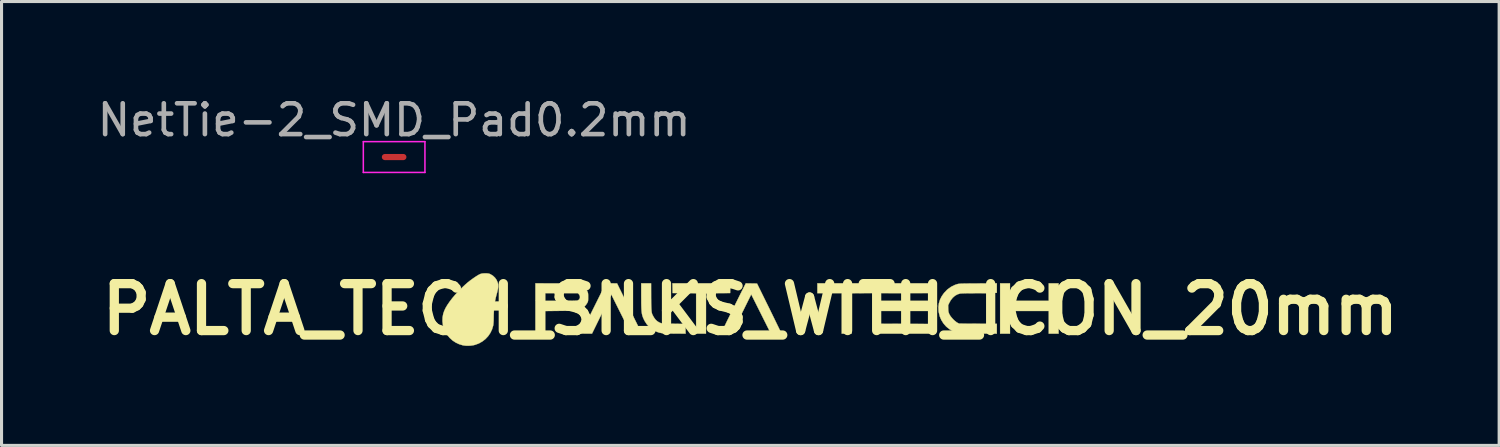
<source format=kicad_pcb>
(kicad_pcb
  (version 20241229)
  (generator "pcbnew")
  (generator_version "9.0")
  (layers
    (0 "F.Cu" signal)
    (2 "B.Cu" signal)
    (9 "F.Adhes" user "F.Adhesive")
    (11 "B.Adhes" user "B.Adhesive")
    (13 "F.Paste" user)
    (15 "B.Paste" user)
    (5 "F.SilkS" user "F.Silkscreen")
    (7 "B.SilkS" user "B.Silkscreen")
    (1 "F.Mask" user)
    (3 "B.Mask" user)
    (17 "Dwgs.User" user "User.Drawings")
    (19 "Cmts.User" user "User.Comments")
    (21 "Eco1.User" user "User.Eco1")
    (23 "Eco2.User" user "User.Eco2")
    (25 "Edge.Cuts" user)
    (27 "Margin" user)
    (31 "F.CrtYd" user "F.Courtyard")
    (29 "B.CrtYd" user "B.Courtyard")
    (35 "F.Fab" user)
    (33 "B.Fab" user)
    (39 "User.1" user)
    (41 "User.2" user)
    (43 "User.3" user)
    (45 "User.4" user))
  (footprint "PALTA_TECH_SILKS_WITH_ICON_20mm"
    (layer "F.Cu")
    (at 21.307 6.991)
    (property "Reference" "PALTA_TECH_SILKS_WITH_ICON_20mm" (at 0 0 0) (layer "F.SilkS") (effects (font (size 1.524 1.524) (thickness 0.3))))
    (attr through_hole)
    (fp_poly (pts (xy 6.006 0.053) (xy 4.171 0.053) (xy 4.171 -0.277) (xy 6.006 -0.277) (xy 6.006 0.053)) (stroke (width 0.01) (type solid)) (fill yes) (layer "F.SilkS"))
    (fp_poly (pts (xy 6.001 0.475) (xy 6.004 0.632) (xy 6.007 0.789) (xy 4.171 0.789) (xy 4.171 0.469) (xy 6.001 0.475)) (stroke (width 0.01) (type solid)) (fill yes) (layer "F.SilkS"))
    (fp_poly (pts (xy 4.07 -0.528) (xy 3.286 -0.522) (xy 3.286 0.789) (xy 2.966 0.789) (xy 2.966 -0.523) (xy 2.176 -0.523) (xy 2.176 -0.843) (xy 4.076 -0.843) (xy 4.07 -0.528)) (stroke (width 0.01) (type solid)) (fill yes) (layer "F.SilkS"))
    (fp_poly (pts (xy -0.656 -0.528) (xy -1.048 -0.525) (xy -1.44 -0.522) (xy -1.44 0.789) (xy -1.76 0.789) (xy -1.76 -0.522) (xy -2.142 -0.525) (xy -2.523 -0.528) (xy -2.529 -0.843) (xy -0.65 -0.843) (xy -0.656 -0.528)) (stroke (width 0.01) (type solid)) (fill yes) (layer "F.SilkS"))
    (fp_poly (pts (xy 8.428 -0.277) (xy 9.686 -0.277) (xy 9.686 -0.843) (xy 10.006 -0.843) (xy 10.006 0.789) (xy 9.686 0.789) (xy 9.686 0.053) (xy 8.428 0.053) (xy 8.428 0.789) (xy 8.108 0.789) (xy 8.108 -0.843) (xy 8.428 -0.843) (xy 8.428 -0.277)) (stroke (width 0.01) (type solid)) (fill yes) (layer "F.SilkS"))
    (fp_poly (pts (xy 6.001 -0.528) (xy 5.093 -0.525) (xy 4.956 -0.525) (xy 4.825 -0.525) (xy 4.701 -0.525) (xy 4.587 -0.525) (xy 4.484 -0.525) (xy 4.393 -0.526) (xy 4.316 -0.526) (xy 4.254 -0.527) (xy 4.21 -0.528) (xy 4.184 -0.529) (xy 4.178 -0.53) (xy 4.176 -0.542) (xy 4.174 -0.573) (xy 4.172 -0.616) (xy 4.171 -0.668) (xy 4.171 -0.69) (xy 4.171 -0.843) (xy 6.007 -0.843) (xy 6.001 -0.528)) (stroke (width 0.01) (type solid)) (fill yes) (layer "F.SilkS"))
    (fp_poly (pts (xy 0.034 -0.84) (xy 0.217 -0.837) (xy 0.54 -0.181) (xy 0.597 -0.066) (xy 0.653 0.048) (xy 0.707 0.158) (xy 0.758 0.262) (xy 0.804 0.358) (xy 0.846 0.444) (xy 0.882 0.518) (xy 0.911 0.577) (xy 0.932 0.621) (xy 0.938 0.632) (xy 1.012 0.789) (xy 0.667 0.789) (xy 0.029 -0.485) (xy -0.601 0.789) (xy -0.775 0.789) (xy -0.833 0.789) (xy -0.883 0.788) (xy -0.922 0.786) (xy -0.944 0.784) (xy -0.949 0.782) (xy -0.945 0.771) (xy -0.932 0.742) (xy -0.91 0.697) (xy -0.882 0.638) (xy -0.847 0.567) (xy -0.807 0.485) (xy -0.763 0.393) (xy -0.714 0.294) (xy -0.662 0.189) (xy -0.608 0.079) (xy -0.553 -0.033) (xy -0.497 -0.146) (xy -0.441 -0.259) (xy -0.386 -0.37) (xy -0.356 -0.43) (xy -0.149 -0.843) (xy 0.034 -0.84)) (stroke (width 0.01) (type solid)) (fill yes) (layer "F.SilkS"))
    (fp_poly (pts (xy -4.508 -0.843) (xy -4.326 -0.842) (xy -4.234 -0.653) (xy -4.212 -0.609) (xy -4.183 -0.549) (xy -4.146 -0.474) (xy -4.103 -0.386) (xy -4.055 -0.289) (xy -4.003 -0.184) (xy -3.949 -0.074) (xy -3.894 0.039) (xy -3.837 0.152) (xy -3.836 0.154) (xy -3.784 0.262) (xy -3.734 0.363) (xy -3.687 0.457) (xy -3.646 0.543) (xy -3.609 0.617) (xy -3.579 0.68) (xy -3.555 0.729) (xy -3.539 0.763) (xy -3.532 0.78) (xy -3.531 0.781) (xy -3.541 0.784) (xy -3.569 0.786) (xy -3.611 0.788) (xy -3.664 0.789) (xy -3.704 0.789) (xy -3.878 0.789) (xy -4.196 0.154) (xy -4.514 -0.482) (xy -4.642 -0.223) (xy -4.678 -0.15) (xy -4.722 -0.062) (xy -4.77 0.036) (xy -4.821 0.139) (xy -4.873 0.244) (xy -4.923 0.346) (xy -4.956 0.413) (xy -5.14 0.789) (xy -5.317 0.789) (xy -5.376 0.789) (xy -5.426 0.788) (xy -5.465 0.786) (xy -5.488 0.784) (xy -5.494 0.783) (xy -5.489 0.772) (xy -5.476 0.744) (xy -5.454 0.7) (xy -5.425 0.641) (xy -5.39 0.568) (xy -5.348 0.483) (xy -5.301 0.388) (xy -5.249 0.283) (xy -5.193 0.171) (xy -5.134 0.051) (xy -5.092 -0.033) (xy -4.69 -0.843) (xy -4.508 -0.843)) (stroke (width 0.01) (type solid)) (fill yes) (layer "F.SilkS"))
    (fp_poly (pts (xy -3.221 -0.493) (xy -3.221 -0.402) (xy -3.22 -0.31) (xy -3.219 -0.223) (xy -3.217 -0.143) (xy -3.215 -0.076) (xy -3.213 -0.025) (xy -3.212 -0.011) (xy -3.208 0.048) (xy -3.203 0.09) (xy -3.197 0.123) (xy -3.187 0.151) (xy -3.174 0.182) (xy -3.169 0.192) (xy -3.125 0.271) (xy -3.079 0.333) (xy -3.028 0.381) (xy -2.969 0.419) (xy -2.912 0.445) (xy -2.897 0.45) (xy -2.878 0.454) (xy -2.853 0.458) (xy -2.82 0.46) (xy -2.777 0.463) (xy -2.721 0.465) (xy -2.649 0.466) (xy -2.561 0.468) (xy -2.486 0.469) (xy -2.107 0.475) (xy -2.104 0.632) (xy -2.101 0.789) (xy -2.429 0.788) (xy -2.515 0.787) (xy -2.599 0.786) (xy -2.675 0.785) (xy -2.742 0.783) (xy -2.796 0.781) (xy -2.832 0.779) (xy -2.839 0.779) (xy -2.959 0.757) (xy -3.074 0.715) (xy -3.18 0.655) (xy -3.276 0.579) (xy -3.36 0.487) (xy -3.429 0.381) (xy -3.436 0.367) (xy -3.459 0.322) (xy -3.478 0.28) (xy -3.494 0.24) (xy -3.507 0.197) (xy -3.518 0.151) (xy -3.526 0.1) (xy -3.532 0.04) (xy -3.536 -0.031) (xy -3.539 -0.114) (xy -3.541 -0.212) (xy -3.541 -0.327) (xy -3.542 -0.44) (xy -3.542 -0.843) (xy -3.222 -0.843) (xy -3.221 -0.493)) (stroke (width 0.01) (type solid)) (fill yes) (layer "F.SilkS"))
    (fp_poly (pts (xy -8.555 -1.167) (xy -8.516 -1.164) (xy -8.486 -1.159) (xy -8.458 -1.149) (xy -8.436 -1.139) (xy -8.357 -1.091) (xy -8.289 -1.027) (xy -8.235 -0.95) (xy -8.199 -0.863) (xy -8.198 -0.86) (xy -8.186 -0.801) (xy -8.185 -0.735) (xy -8.194 -0.66) (xy -8.213 -0.572) (xy -8.228 -0.516) (xy -8.263 -0.385) (xy -8.29 -0.255) (xy -8.31 -0.122) (xy -8.323 0.019) (xy -8.33 0.172) (xy -8.332 0.293) (xy -8.333 0.369) (xy -8.337 0.438) (xy -8.342 0.494) (xy -8.347 0.525) (xy -8.384 0.65) (xy -8.439 0.765) (xy -8.511 0.871) (xy -8.598 0.964) (xy -8.699 1.043) (xy -8.81 1.106) (xy -8.931 1.151) (xy -8.995 1.167) (xy -9.074 1.178) (xy -9.16 1.183) (xy -9.246 1.18) (xy -9.322 1.17) (xy -9.33 1.168) (xy -9.454 1.131) (xy -9.568 1.077) (xy -9.671 1.008) (xy -9.761 0.926) (xy -9.839 0.832) (xy -9.902 0.729) (xy -9.95 0.619) (xy -9.981 0.503) (xy -9.995 0.383) (xy -9.991 0.261) (xy -9.968 0.139) (xy -9.938 0.053) (xy -9.895 -0.04) (xy -9.835 -0.142) (xy -9.76 -0.251) (xy -9.673 -0.365) (xy -9.575 -0.48) (xy -9.468 -0.595) (xy -9.457 -0.607) (xy -9.358 -0.706) (xy -9.267 -0.791) (xy -9.181 -0.867) (xy -9.094 -0.936) (xy -9.004 -1.001) (xy -8.968 -1.026) (xy -8.899 -1.072) (xy -8.843 -1.107) (xy -8.797 -1.132) (xy -8.756 -1.15) (xy -8.718 -1.16) (xy -8.677 -1.166) (xy -8.63 -1.168) (xy -8.609 -1.168) (xy -8.555 -1.167)) (stroke (width 0.01) (type solid)) (fill yes) (layer "F.SilkS"))
    (fp_poly (pts (xy -6.339 -0.842) (xy -6.222 -0.842) (xy -6.109 -0.842) (xy -6.003 -0.841) (xy -5.905 -0.84) (xy -5.818 -0.838) (xy -5.744 -0.837) (xy -5.685 -0.835) (xy -5.643 -0.833) (xy -5.623 -0.832) (xy -5.576 -0.823) (xy -5.53 -0.811) (xy -5.497 -0.799) (xy -5.434 -0.759) (xy -5.374 -0.705) (xy -5.324 -0.642) (xy -5.299 -0.599) (xy -5.285 -0.569) (xy -5.275 -0.544) (xy -5.269 -0.518) (xy -5.266 -0.487) (xy -5.265 -0.445) (xy -5.265 -0.395) (xy -5.265 -0.339) (xy -5.266 -0.299) (xy -5.269 -0.27) (xy -5.275 -0.247) (xy -5.285 -0.225) (xy -5.296 -0.204) (xy -5.326 -0.158) (xy -5.365 -0.11) (xy -5.408 -0.066) (xy -5.451 -0.029) (xy -5.486 -0.007) (xy -5.512 0.004) (xy -5.538 0.014) (xy -5.567 0.022) (xy -5.6 0.029) (xy -5.639 0.034) (xy -5.687 0.038) (xy -5.746 0.042) (xy -5.818 0.044) (xy -5.904 0.046) (xy -6.007 0.048) (xy -6.128 0.05) (xy -6.163 0.05) (xy -6.657 0.056) (xy -6.657 0.789) (xy -6.977 0.789) (xy -6.977 -0.523) (xy -6.657 -0.523) (xy -6.657 -0.277) (xy -6.144 -0.277) (xy -6.023 -0.277) (xy -5.921 -0.278) (xy -5.836 -0.278) (xy -5.768 -0.279) (xy -5.713 -0.281) (xy -5.672 -0.282) (xy -5.64 -0.284) (xy -5.618 -0.287) (xy -5.602 -0.29) (xy -5.595 -0.293) (xy -5.559 -0.318) (xy -5.538 -0.355) (xy -5.53 -0.398) (xy -5.538 -0.443) (xy -5.561 -0.484) (xy -5.569 -0.493) (xy -5.599 -0.523) (xy -6.657 -0.523) (xy -6.977 -0.523) (xy -6.977 -0.843) (xy -6.339 -0.842)) (stroke (width 0.01) (type solid)) (fill yes) (layer "F.SilkS"))
    (fp_poly (pts (xy 8.001 -0.537) (xy 7.871 -0.53) (xy 7.831 -0.528) (xy 7.773 -0.527) (xy 7.7 -0.525) (xy 7.616 -0.524) (xy 7.523 -0.524) (xy 7.424 -0.523) (xy 7.323 -0.523) (xy 7.302 -0.523) (xy 7.205 -0.522) (xy 7.112 -0.522) (xy 7.027 -0.521) (xy 6.952 -0.519) (xy 6.89 -0.517) (xy 6.843 -0.515) (xy 6.813 -0.513) (xy 6.807 -0.512) (xy 6.721 -0.485) (xy 6.641 -0.439) (xy 6.568 -0.375) (xy 6.505 -0.295) (xy 6.464 -0.222) (xy 6.421 -0.133) (xy 6.424 -0.021) (xy 6.426 0.032) (xy 6.43 0.07) (xy 6.437 0.101) (xy 6.448 0.132) (xy 6.464 0.166) (xy 6.494 0.217) (xy 6.538 0.273) (xy 6.588 0.328) (xy 6.642 0.378) (xy 6.693 0.418) (xy 6.726 0.438) (xy 6.779 0.464) (xy 8.001 0.47) (xy 8.001 0.789) (xy 7.459 0.788) (xy 7.35 0.787) (xy 7.245 0.787) (xy 7.146 0.786) (xy 7.056 0.785) (xy 6.976 0.783) (xy 6.911 0.782) (xy 6.861 0.781) (xy 6.83 0.779) (xy 6.827 0.779) (xy 6.752 0.771) (xy 6.689 0.757) (xy 6.63 0.737) (xy 6.577 0.712) (xy 6.459 0.642) (xy 6.356 0.558) (xy 6.27 0.46) (xy 6.201 0.35) (xy 6.149 0.23) (xy 6.117 0.099) (xy 6.11 0.058) (xy 6.105 -0.069) (xy 6.12 -0.191) (xy 6.155 -0.31) (xy 6.211 -0.422) (xy 6.286 -0.529) (xy 6.381 -0.629) (xy 6.413 -0.657) (xy 6.517 -0.731) (xy 6.633 -0.789) (xy 6.7 -0.812) (xy 6.717 -0.817) (xy 6.734 -0.822) (xy 6.752 -0.825) (xy 6.773 -0.828) (xy 6.8 -0.831) (xy 6.833 -0.833) (xy 6.875 -0.835) (xy 6.927 -0.836) (xy 6.992 -0.837) (xy 7.071 -0.838) (xy 7.167 -0.839) (xy 7.28 -0.839) (xy 7.39 -0.84) (xy 8.001 -0.844) (xy 8.001 -0.537)) (stroke (width 0.01) (type solid)) (fill yes) (layer "F.SilkS")))
  (footprint "NetTie-2_SMD_Pad0.2mm"
    (layer "F.Cu")
    (at 9.744 2.048)
    (property "Reference" "NetTie-2_SMD_Pad0.2mm" (at 0 -1.2 180) (layer "F.Fab") (effects (font (size 1 1) (thickness 0.15))))
    (attr exclude_from_pos_files)
    (fp_poly (pts (xy -0.3 -0.1) (xy 0.3 -0.1) (xy 0.3 0.1) (xy -0.3 0.1)) (stroke (width 0) (type solid)) (fill yes) (layer "F.Cu"))
    (fp_line (start -1 -0.5) (end -1 0.5) (stroke (width 0.05) (type solid)) (layer "F.CrtYd"))
    (fp_line (start -1 0.5) (end 1 0.5) (stroke (width 0.05) (type solid)) (layer "F.CrtYd"))
    (fp_line (start 1 -0.5) (end -1 -0.5) (stroke (width 0.05) (type solid)) (layer "F.CrtYd"))
    (fp_line (start 1 0.5) (end 1 -0.5) (stroke (width 0.05) (type solid)) (layer "F.CrtYd"))
    (pad "1" smd circle (at -0.3 0) (size 0.2 0.2) (layers "F.Cu"))
    (pad "2" smd circle (at 0.3 0) (size 0.2 0.2) (layers "F.Cu")))
  (gr_rect
    (start -3 -3)
    (end 45.614 11.409)
    (stroke (width 0.1) (type default))
    (fill no)
    (layer "Edge.Cuts")))
</source>
